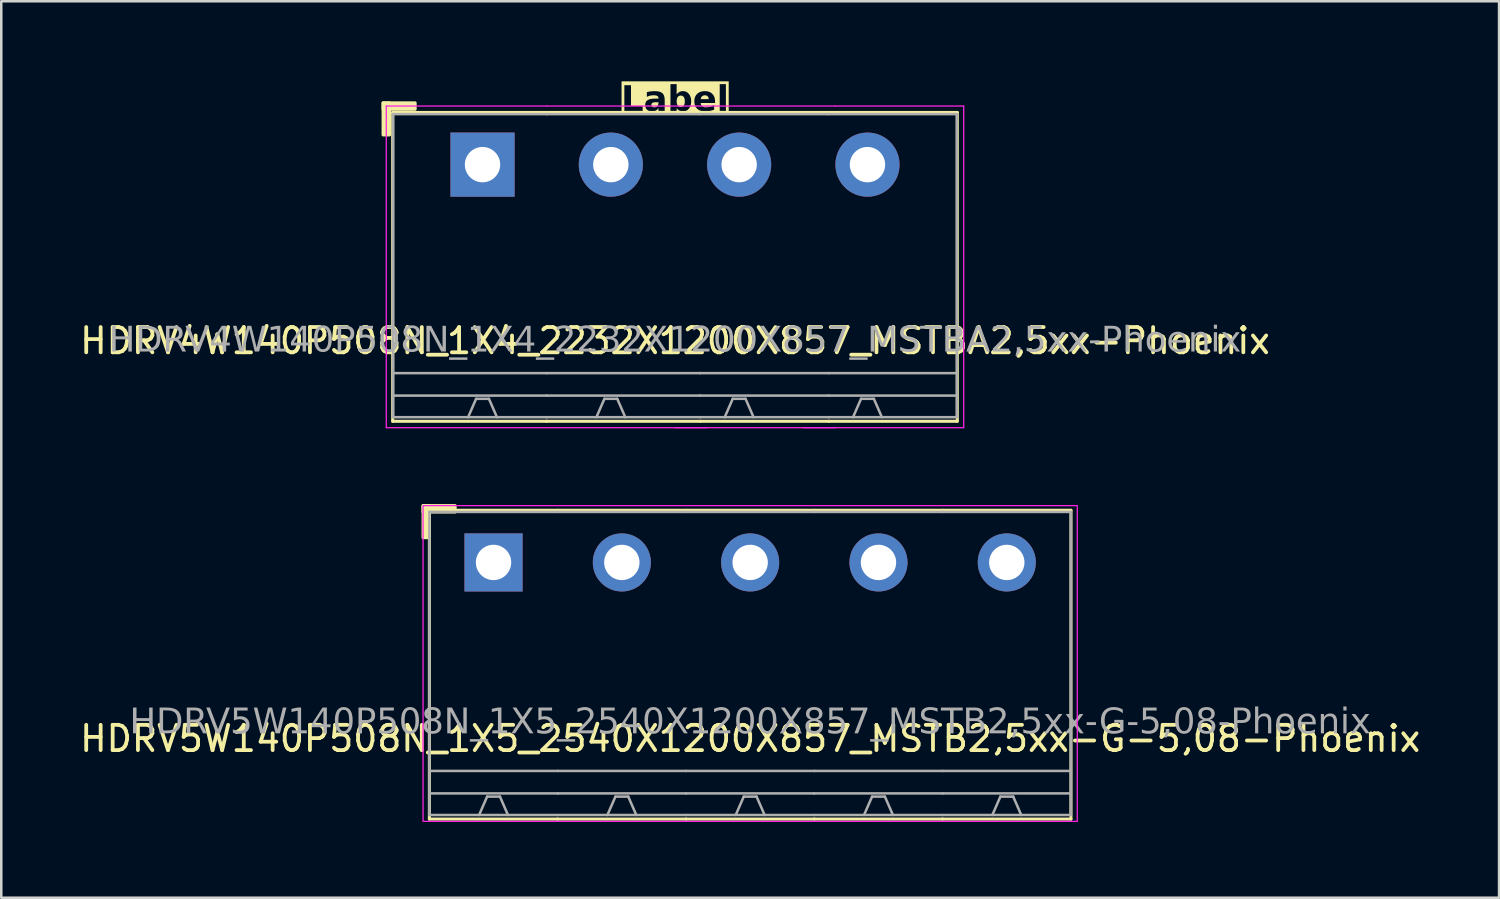
<source format=kicad_pcb>
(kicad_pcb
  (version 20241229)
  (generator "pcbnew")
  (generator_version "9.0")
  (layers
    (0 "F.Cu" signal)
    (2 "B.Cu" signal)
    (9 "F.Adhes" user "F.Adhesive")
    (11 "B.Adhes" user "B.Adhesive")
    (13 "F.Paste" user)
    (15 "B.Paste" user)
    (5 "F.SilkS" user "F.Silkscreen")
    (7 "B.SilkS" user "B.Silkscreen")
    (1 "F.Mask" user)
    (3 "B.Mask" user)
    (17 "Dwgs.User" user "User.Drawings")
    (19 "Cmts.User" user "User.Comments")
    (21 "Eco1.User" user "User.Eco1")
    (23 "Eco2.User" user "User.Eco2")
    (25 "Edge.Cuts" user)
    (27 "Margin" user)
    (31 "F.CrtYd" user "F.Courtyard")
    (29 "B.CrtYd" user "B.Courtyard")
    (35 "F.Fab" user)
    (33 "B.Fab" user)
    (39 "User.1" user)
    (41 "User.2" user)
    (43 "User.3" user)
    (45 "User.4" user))
  (footprint "HDRV5W140P508N_1X5_2540X1200X857_MSTB2,5xx-G-5,08-Phoenix"
    (layer "F.Cu")
    (at 26.649 19.217)
    (property "Reference" "HDRV5W140P508N_1X5_2540X1200X857_MSTB2,5xx-G-5,08-Phoenix" (at 0 6.975 0) (layer "F.SilkS") (effects (font (size 1 1) (thickness 0.15))))
    (attr through_hole)
    (fp_line (start -12.7 -2.065) (end -12.7 10.16) (stroke (width 0.12) (type solid)) (layer "F.SilkS"))
    (fp_line (start -12.7 10.16) (end -7.62 10.16) (stroke (width 0.12) (type solid)) (layer "F.SilkS"))
    (fp_line (start -7.62 -2.065) (end -12.7 -2.065) (stroke (width 0.12) (type solid)) (layer "F.SilkS"))
    (fp_line (start -7.62 -2.065) (end -2.54 -2.065) (stroke (width 0.12) (type solid)) (layer "F.SilkS"))
    (fp_line (start -2.54 -2.065) (end 2.54 -2.065) (stroke (width 0.12) (type solid)) (layer "F.SilkS"))
    (fp_line (start -2.54 10.16) (end -7.62 10.16) (stroke (width 0.12) (type solid)) (layer "F.SilkS"))
    (fp_line (start 2.54 -2.065) (end 7.62 -2.065) (stroke (width 0.12) (type solid)) (layer "F.SilkS"))
    (fp_line (start 2.54 10.16) (end -2.54 10.16) (stroke (width 0.12) (type solid)) (layer "F.SilkS"))
    (fp_line (start 7.62 -2.065) (end 12.7 -2.065) (stroke (width 0.12) (type solid)) (layer "F.SilkS"))
    (fp_line (start 7.62 10.16) (end 2.54 10.16) (stroke (width 0.12) (type solid)) (layer "F.SilkS"))
    (fp_line (start 12.7 -2.065) (end 12.7 10.16) (stroke (width 0.12) (type solid)) (layer "F.SilkS"))
    (fp_line (start 12.7 10.16) (end 7.62 10.16) (stroke (width 0.12) (type solid)) (layer "F.SilkS"))
    (fp_rect (start -12.95 -2.25) (end -12.696 -0.98) (stroke (width 0.12) (type solid)) (fill yes) (layer "F.SilkS"))
    (fp_rect (start -12.95 -2.25) (end -11.68 -1.996) (stroke (width 0.12) (type solid)) (fill yes) (layer "F.SilkS"))
    (fp_rect (start -12.95 -2.25) (end 12.95 10.25) (stroke (width 0.05) (type default)) (fill no) (layer "F.CrtYd"))
    (fp_line (start -12.7 -2) (end -12.7 10) (stroke (width 0.1) (type solid)) (layer "F.Fab"))
    (fp_line (start -10.414 9.271) (end -10.732 10) (stroke (width 0.1) (type default)) (layer "F.Fab"))
    (fp_line (start -9.906 9.271) (end -10.414 9.271) (stroke (width 0.1) (type default)) (layer "F.Fab"))
    (fp_line (start -9.906 9.271) (end -9.588 10) (stroke (width 0.1) (type default)) (layer "F.Fab"))
    (fp_line (start -7.62 -2) (end -12.7 -2) (stroke (width 0.1) (type solid)) (layer "F.Fab"))
    (fp_line (start -7.62 -2) (end -2.54 -2) (stroke (width 0.1) (type solid)) (layer "F.Fab"))
    (fp_line (start -7.62 8.255) (end -12.7 8.255) (stroke (width 0.1) (type solid)) (layer "F.Fab"))
    (fp_line (start -7.62 8.255) (end -2.54 8.255) (stroke (width 0.1) (type solid)) (layer "F.Fab"))
    (fp_line (start -7.62 9.144) (end -12.7 9.144) (stroke (width 0.1) (type solid)) (layer "F.Fab"))
    (fp_line (start -7.62 9.144) (end -2.54 9.144) (stroke (width 0.1) (type solid)) (layer "F.Fab"))
    (fp_line (start -7.62 10) (end -12.7 10) (stroke (width 0.1) (type solid)) (layer "F.Fab"))
    (fp_line (start -7.62 10) (end -2.54 10) (stroke (width 0.1) (type solid)) (layer "F.Fab"))
    (fp_line (start -5.334 9.271) (end -5.652 10) (stroke (width 0.1) (type default)) (layer "F.Fab"))
    (fp_line (start -4.826 9.271) (end -5.334 9.271) (stroke (width 0.1) (type default)) (layer "F.Fab"))
    (fp_line (start -4.826 9.271) (end -4.508 10) (stroke (width 0.1) (type default)) (layer "F.Fab"))
    (fp_line (start -2.54 -2) (end 2.54 -2) (stroke (width 0.1) (type solid)) (layer "F.Fab"))
    (fp_line (start -2.54 8.255) (end 2.54 8.255) (stroke (width 0.1) (type solid)) (layer "F.Fab"))
    (fp_line (start -2.54 9.144) (end 2.54 9.144) (stroke (width 0.1) (type solid)) (layer "F.Fab"))
    (fp_line (start -2.54 10) (end 2.54 10) (stroke (width 0.1) (type solid)) (layer "F.Fab"))
    (fp_line (start -0.254 9.271) (end -0.572 10) (stroke (width 0.1) (type default)) (layer "F.Fab"))
    (fp_line (start 0.254 9.271) (end -0.254 9.271) (stroke (width 0.1) (type default)) (layer "F.Fab"))
    (fp_line (start 0.254 9.271) (end 0.572 10) (stroke (width 0.1) (type default)) (layer "F.Fab"))
    (fp_line (start 2.54 -2) (end 7.62 -2) (stroke (width 0.1) (type solid)) (layer "F.Fab"))
    (fp_line (start 2.54 8.255) (end 7.62 8.255) (stroke (width 0.1) (type solid)) (layer "F.Fab"))
    (fp_line (start 2.54 9.144) (end 7.62 9.144) (stroke (width 0.1) (type solid)) (layer "F.Fab"))
    (fp_line (start 2.54 10) (end 7.62 10) (stroke (width 0.1) (type solid)) (layer "F.Fab"))
    (fp_line (start 4.826 9.271) (end 4.508 10) (stroke (width 0.1) (type default)) (layer "F.Fab"))
    (fp_line (start 5.334 9.271) (end 4.826 9.271) (stroke (width 0.1) (type default)) (layer "F.Fab"))
    (fp_line (start 5.334 9.271) (end 5.652 10) (stroke (width 0.1) (type default)) (layer "F.Fab"))
    (fp_line (start 7.62 -2) (end 12.7 -2) (stroke (width 0.1) (type solid)) (layer "F.Fab"))
    (fp_line (start 7.62 8.255) (end 12.7 8.255) (stroke (width 0.1) (type solid)) (layer "F.Fab"))
    (fp_line (start 7.62 9.144) (end 12.7 9.144) (stroke (width 0.1) (type solid)) (layer "F.Fab"))
    (fp_line (start 7.62 10) (end 12.7 10) (stroke (width 0.1) (type solid)) (layer "F.Fab"))
    (fp_line (start 9.906 9.271) (end 9.588 10) (stroke (width 0.1) (type default)) (layer "F.Fab"))
    (fp_line (start 10.414 9.271) (end 9.906 9.271) (stroke (width 0.1) (type default)) (layer "F.Fab"))
    (fp_line (start 10.414 9.271) (end 10.732 10) (stroke (width 0.1) (type default)) (layer "F.Fab"))
    (fp_line (start 12.7 -2) (end 12.7 10) (stroke (width 0.1) (type solid)) (layer "F.Fab"))
    (fp_rect (start -10.414 -0.254) (end -9.906 0.254) (stroke (width 0.1) (type solid)) (fill no) (layer "F.Fab"))
    (fp_rect (start -4.826 -0.254) (end -5.334 0.254) (stroke (width 0.1) (type solid)) (fill no) (layer "F.Fab"))
    (fp_rect (start 0.254 -0.254) (end -0.254 0.254) (stroke (width 0.1) (type solid)) (fill no) (layer "F.Fab"))
    (fp_rect (start 5.334 -0.254) (end 4.826 0.254) (stroke (width 0.1) (type solid)) (fill no) (layer "F.Fab"))
    (fp_rect (start 10.414 -0.254) (end 9.906 0.254) (stroke (width 0.1) (type solid)) (fill no) (layer "F.Fab"))
    (fp_text user "${REFERENCE}" (at 0 6.35 0) (layer "F.Fab") (effects (font (face "Tahoma") (size 1 1) (thickness 0.15))))
    (pad "1" thru_hole rect (at -10.16 0) (size 2.3 2.3) (drill 1.4) (layers "*.Cu" "*.Mask"))
    (pad "2" thru_hole circle (at -5.08 0) (size 2.3 2.3) (drill 1.4) (layers "*.Cu" "*.Mask"))
    (pad "3" thru_hole circle (at 0 0) (size 2.3 2.3) (drill 1.4) (layers "*.Cu" "*.Mask"))
    (pad "4" thru_hole circle (at 5.08 0) (size 2.3 2.3) (drill 1.4) (layers "*.Cu" "*.Mask"))
    (pad "5" thru_hole circle (at 10.16 0) (size 2.3 2.3) (drill 1.4) (layers "*.Cu" "*.Mask")))
  (footprint "HDRV4W140P508N_1X4_2232X1200X857_MSTBA2,5xx-Phoenix"
    (layer "F.Cu")
    (at 23.673 3.468)
    (property "Reference" "HDRV4W140P508N_1X4_2232X1200X857_MSTBA2,5xx-Phoenix" (at 0 6.975 0) (layer "F.SilkS") (effects (font (size 1 1) (thickness 0.15))))
    (property "Label" "Label" (at 0 -2.54 0) (layer "F.SilkS" knockout) (effects (font (face "Tahoma") (size 1 1) (thickness 0.2) (bold yes))))
    (attr through_hole)
    (fp_line (start -11.176 -2.065) (end -11.176 10.16) (stroke (width 0.12) (type solid)) (layer "F.SilkS"))
    (fp_line (start -11.176 10.16) (end -5.08 10.16) (stroke (width 0.12) (type solid)) (layer "F.SilkS"))
    (fp_line (start -5.08 -2.065) (end -11.176 -2.065) (stroke (width 0.12) (type solid)) (layer "F.SilkS"))
    (fp_line (start -5.08 -2.065) (end 1.016 -2.065) (stroke (width 0.12) (type solid)) (layer "F.SilkS"))
    (fp_line (start 1.016 -2.065) (end 6.096 -2.065) (stroke (width 0.12) (type solid)) (layer "F.SilkS"))
    (fp_line (start 1.016 10.16) (end -5.08 10.16) (stroke (width 0.12) (type solid)) (layer "F.SilkS"))
    (fp_line (start 6.096 -2.065) (end 11.176 -2.065) (stroke (width 0.12) (type solid)) (layer "F.SilkS"))
    (fp_line (start 6.096 10.16) (end 1.016 10.16) (stroke (width 0.12) (type solid)) (layer "F.SilkS"))
    (fp_line (start 11.176 -2.065) (end 11.176 10.16) (stroke (width 0.12) (type solid)) (layer "F.SilkS"))
    (fp_line (start 11.176 10.16) (end 6.096 10.16) (stroke (width 0.12) (type solid)) (layer "F.SilkS"))
    (fp_rect (start -11.557 -2.446) (end -11.303 -1.176) (stroke (width 0.12) (type solid)) (fill yes) (layer "F.SilkS"))
    (fp_rect (start -11.557 -2.446) (end -10.287 -2.192) (stroke (width 0.12) (type solid)) (fill yes) (layer "F.SilkS"))
    (fp_line (start -11.43 10.414) (end -11.43 -2.319) (stroke (width 0.05) (type solid)) (layer "F.CrtYd"))
    (fp_line (start -5.08 -2.319) (end -11.43 -2.319) (stroke (width 0.05) (type solid)) (layer "F.CrtYd"))
    (fp_line (start -5.08 -2.319) (end 1.27 -2.319) (stroke (width 0.05) (type solid)) (layer "F.CrtYd"))
    (fp_line (start -5.08 10.414) (end -11.43 10.414) (stroke (width 0.05) (type solid)) (layer "F.CrtYd"))
    (fp_line (start -5.08 10.414) (end 1.27 10.414) (stroke (width 0.05) (type solid)) (layer "F.CrtYd"))
    (fp_line (start 0 10.414) (end 6.35 10.414) (stroke (width 0.05) (type solid)) (layer "F.CrtYd"))
    (fp_line (start 1.27 -2.319) (end 6.35 -2.319) (stroke (width 0.05) (type solid)) (layer "F.CrtYd"))
    (fp_line (start 5.08 10.414) (end 11.43 10.414) (stroke (width 0.05) (type solid)) (layer "F.CrtYd"))
    (fp_line (start 6.35 -2.319) (end 11.43 -2.319) (stroke (width 0.05) (type solid)) (layer "F.CrtYd"))
    (fp_line (start 11.43 10.414) (end 11.43 -2.319) (stroke (width 0.05) (type solid)) (layer "F.CrtYd"))
    (fp_line (start -11.16 -2) (end -11.16 10) (stroke (width 0.1) (type solid)) (layer "F.Fab"))
    (fp_line (start -7.874 9.271) (end -8.191 10) (stroke (width 0.1) (type default)) (layer "F.Fab"))
    (fp_line (start -7.366 9.271) (end -7.874 9.271) (stroke (width 0.1) (type default)) (layer "F.Fab"))
    (fp_line (start -7.366 9.271) (end -7.048 10) (stroke (width 0.1) (type default)) (layer "F.Fab"))
    (fp_line (start -5.08 -2) (end -11.16 -2) (stroke (width 0.1) (type solid)) (layer "F.Fab"))
    (fp_line (start -5.08 -2) (end 1 -2) (stroke (width 0.1) (type solid)) (layer "F.Fab"))
    (fp_line (start -5.08 8.255) (end -11.16 8.255) (stroke (width 0.1) (type solid)) (layer "F.Fab"))
    (fp_line (start -5.08 8.255) (end 1 8.255) (stroke (width 0.1) (type solid)) (layer "F.Fab"))
    (fp_line (start -5.08 9.144) (end -11.16 9.144) (stroke (width 0.1) (type solid)) (layer "F.Fab"))
    (fp_line (start -5.08 9.144) (end 1 9.144) (stroke (width 0.1) (type solid)) (layer "F.Fab"))
    (fp_line (start -5.08 10) (end -11.16 10) (stroke (width 0.1) (type solid)) (layer "F.Fab"))
    (fp_line (start -5.08 10) (end 1 10) (stroke (width 0.1) (type solid)) (layer "F.Fab"))
    (fp_line (start -2.794 9.271) (end -3.111 10) (stroke (width 0.1) (type default)) (layer "F.Fab"))
    (fp_line (start -2.286 9.271) (end -2.794 9.271) (stroke (width 0.1) (type default)) (layer "F.Fab"))
    (fp_line (start -2.286 9.271) (end -1.968 10) (stroke (width 0.1) (type default)) (layer "F.Fab"))
    (fp_line (start 1 -2) (end 6.08 -2) (stroke (width 0.1) (type solid)) (layer "F.Fab"))
    (fp_line (start 1 8.255) (end 6.08 8.255) (stroke (width 0.1) (type solid)) (layer "F.Fab"))
    (fp_line (start 1 9.144) (end 6.08 9.144) (stroke (width 0.1) (type solid)) (layer "F.Fab"))
    (fp_line (start 1 10) (end 6.08 10) (stroke (width 0.1) (type solid)) (layer "F.Fab"))
    (fp_line (start 2.286 9.271) (end 1.968 10) (stroke (width 0.1) (type default)) (layer "F.Fab"))
    (fp_line (start 2.794 9.271) (end 2.286 9.271) (stroke (width 0.1) (type default)) (layer "F.Fab"))
    (fp_line (start 2.794 9.271) (end 3.111 10) (stroke (width 0.1) (type default)) (layer "F.Fab"))
    (fp_line (start 6.08 -2) (end 11.16 -2) (stroke (width 0.1) (type solid)) (layer "F.Fab"))
    (fp_line (start 6.08 8.255) (end 11.16 8.255) (stroke (width 0.1) (type solid)) (layer "F.Fab"))
    (fp_line (start 6.08 9.144) (end 11.16 9.144) (stroke (width 0.1) (type solid)) (layer "F.Fab"))
    (fp_line (start 6.08 10) (end 11.16 10) (stroke (width 0.1) (type solid)) (layer "F.Fab"))
    (fp_line (start 7.366 9.271) (end 7.048 10) (stroke (width 0.1) (type default)) (layer "F.Fab"))
    (fp_line (start 7.874 9.271) (end 7.366 9.271) (stroke (width 0.1) (type default)) (layer "F.Fab"))
    (fp_line (start 7.874 9.271) (end 8.191 10) (stroke (width 0.1) (type default)) (layer "F.Fab"))
    (fp_line (start 11.16 -2) (end 11.16 10) (stroke (width 0.1) (type solid)) (layer "F.Fab"))
    (fp_rect (start -7.874 -0.254) (end -7.366 0.254) (stroke (width 0.1) (type solid)) (fill no) (layer "F.Fab"))
    (fp_rect (start -2.286 -0.254) (end -2.794 0.254) (stroke (width 0.1) (type solid)) (fill no) (layer "F.Fab"))
    (fp_rect (start 2.794 -0.254) (end 2.286 0.254) (stroke (width 0.1) (type solid)) (fill no) (layer "F.Fab"))
    (fp_rect (start 7.874 -0.254) (end 7.366 0.254) (stroke (width 0.1) (type solid)) (fill no) (layer "F.Fab"))
    (fp_text user "${REFERENCE}" (at 0 6.985 0) (layer "F.Fab") (effects (font (face "Tahoma") (size 1 1) (thickness 0.15))))
    (pad "1" thru_hole rect (at -7.62 0) (size 2.54 2.54) (drill 1.4) (layers "*.Cu" "*.Mask"))
    (pad "2" thru_hole circle (at -2.54 0) (size 2.54 2.54) (drill 1.4) (layers "*.Cu" "*.Mask"))
    (pad "3" thru_hole circle (at 2.54 0) (size 2.54 2.54) (drill 1.4) (layers "*.Cu" "*.Mask"))
    (pad "4" thru_hole circle (at 7.62 0) (size 2.54 2.54) (drill 1.4) (layers "*.Cu" "*.Mask")))
  (gr_rect
    (start -3 -3)
    (end 56.298 32.492)
    (stroke (width 0.1) (type default))
    (fill no)
    (layer "Edge.Cuts")))
</source>
